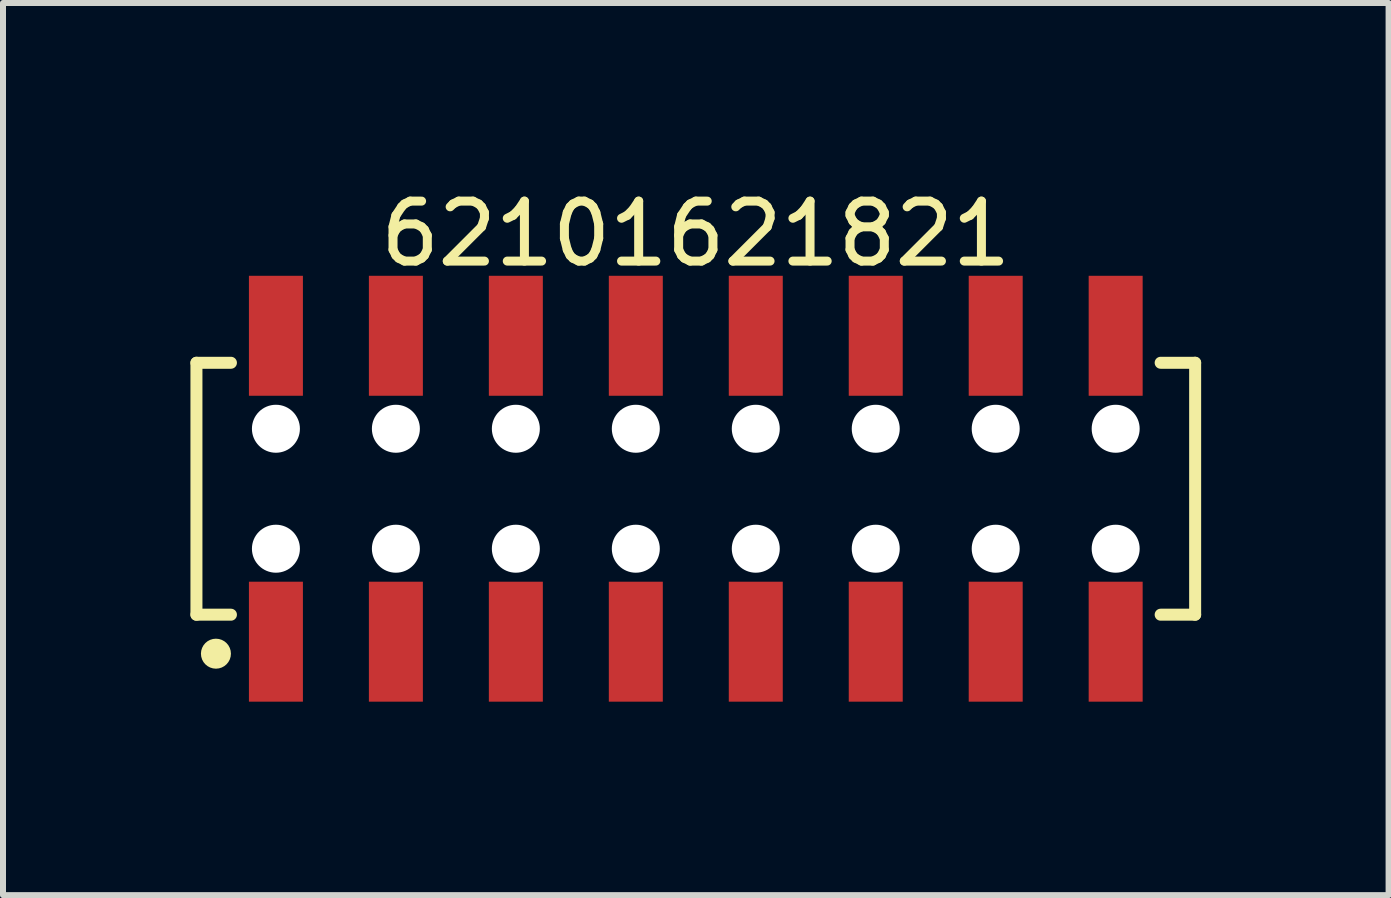
<source format=kicad_pcb>
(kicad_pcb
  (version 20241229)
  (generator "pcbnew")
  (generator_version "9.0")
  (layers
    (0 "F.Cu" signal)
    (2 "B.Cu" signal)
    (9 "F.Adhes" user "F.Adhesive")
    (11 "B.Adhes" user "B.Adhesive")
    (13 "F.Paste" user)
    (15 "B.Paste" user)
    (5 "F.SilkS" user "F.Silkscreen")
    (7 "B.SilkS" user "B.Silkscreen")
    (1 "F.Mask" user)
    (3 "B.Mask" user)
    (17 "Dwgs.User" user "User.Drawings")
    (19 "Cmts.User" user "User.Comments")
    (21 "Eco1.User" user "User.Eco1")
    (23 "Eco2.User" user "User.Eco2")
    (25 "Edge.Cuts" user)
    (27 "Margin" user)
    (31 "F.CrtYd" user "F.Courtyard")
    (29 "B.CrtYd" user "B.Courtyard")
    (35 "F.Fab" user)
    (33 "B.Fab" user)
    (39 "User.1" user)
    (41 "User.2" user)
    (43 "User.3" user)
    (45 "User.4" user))
  (footprint "62101621821"
    (layer "F.Cu")
    (at 8.55 5.098)
    (property "Reference" "62101621821" (at 0 -4.25 0) (layer "F.SilkS") (effects (font (size 1 1) (thickness 0.15))))
    (fp_line (start -8.325 -2.1) (end -7.75 -2.1) (stroke (width 0.2) (type solid)) (layer "F.SilkS"))
    (fp_line (start -8.325 2.1) (end -8.325 -2.1) (stroke (width 0.2) (type solid)) (layer "F.SilkS"))
    (fp_line (start -8.325 2.1) (end -7.75 2.1) (stroke (width 0.2) (type solid)) (layer "F.SilkS"))
    (fp_line (start 7.75 -2.1) (end 8.325 -2.1) (stroke (width 0.2) (type solid)) (layer "F.SilkS"))
    (fp_line (start 7.75 2.1) (end 8.325 2.1) (stroke (width 0.2) (type solid)) (layer "F.SilkS"))
    (fp_line (start 8.325 2.1) (end 8.325 -2.1) (stroke (width 0.2) (type solid)) (layer "F.SilkS"))
    (fp_circle (center -8 2.75) (end -8 2.625) (stroke (width 0.25) (type solid)) (fill no) (layer "F.SilkS"))
    (fp_line (start -8.525 -3.75) (end 8.525 -3.75) (stroke (width 0.05) (type solid)) (layer "Eco2.User"))
    (fp_line (start -8.525 3.75) (end -8.525 -3.75) (stroke (width 0.05) (type solid)) (layer "Eco2.User"))
    (fp_line (start -8.525 3.75) (end 8.525 3.75) (stroke (width 0.05) (type solid)) (layer "Eco2.User"))
    (fp_line (start -8.15 -2) (end 8.15 -2) (stroke (width 0.1) (type solid)) (layer "Eco2.User"))
    (fp_line (start -8.15 2) (end -8.15 -2) (stroke (width 0.1) (type solid)) (layer "Eco2.User"))
    (fp_line (start -8.15 2) (end 8.15 2) (stroke (width 0.1) (type solid)) (layer "Eco2.User"))
    (fp_line (start -7.25 -3) (end -6.75 -3) (stroke (width 0.1) (type solid)) (layer "Eco2.User"))
    (fp_line (start -7.25 -2) (end -7.25 -3) (stroke (width 0.1) (type solid)) (layer "Eco2.User"))
    (fp_line (start -7.25 3) (end -7.25 2) (stroke (width 0.1) (type solid)) (layer "Eco2.User"))
    (fp_line (start -7.25 3) (end -6.75 3) (stroke (width 0.1) (type solid)) (layer "Eco2.User"))
    (fp_line (start -6.75 -2) (end -6.75 -3) (stroke (width 0.1) (type solid)) (layer "Eco2.User"))
    (fp_line (start -6.75 3) (end -6.75 2) (stroke (width 0.1) (type solid)) (layer "Eco2.User"))
    (fp_line (start -5.25 -3) (end -4.75 -3) (stroke (width 0.1) (type solid)) (layer "Eco2.User"))
    (fp_line (start -5.25 -2) (end -5.25 -3) (stroke (width 0.1) (type solid)) (layer "Eco2.User"))
    (fp_line (start -5.25 3) (end -5.25 2) (stroke (width 0.1) (type solid)) (layer "Eco2.User"))
    (fp_line (start -5.25 3) (end -4.75 3) (stroke (width 0.1) (type solid)) (layer "Eco2.User"))
    (fp_line (start -4.75 -2) (end -4.75 -3) (stroke (width 0.1) (type solid)) (layer "Eco2.User"))
    (fp_line (start -4.75 3) (end -4.75 2) (stroke (width 0.1) (type solid)) (layer "Eco2.User"))
    (fp_line (start -3.25 -3) (end -2.75 -3) (stroke (width 0.1) (type solid)) (layer "Eco2.User"))
    (fp_line (start -3.25 -2) (end -3.25 -3) (stroke (width 0.1) (type solid)) (layer "Eco2.User"))
    (fp_line (start -3.25 3) (end -3.25 2) (stroke (width 0.1) (type solid)) (layer "Eco2.User"))
    (fp_line (start -3.25 3) (end -2.75 3) (stroke (width 0.1) (type solid)) (layer "Eco2.User"))
    (fp_line (start -2.75 -2) (end -2.75 -3) (stroke (width 0.1) (type solid)) (layer "Eco2.User"))
    (fp_line (start -2.75 3) (end -2.75 2) (stroke (width 0.1) (type solid)) (layer "Eco2.User"))
    (fp_line (start -1.25 -3) (end -0.75 -3) (stroke (width 0.1) (type solid)) (layer "Eco2.User"))
    (fp_line (start -1.25 -2) (end -1.25 -3) (stroke (width 0.1) (type solid)) (layer "Eco2.User"))
    (fp_line (start -1.25 3) (end -1.25 2) (stroke (width 0.1) (type solid)) (layer "Eco2.User"))
    (fp_line (start -1.25 3) (end -0.75 3) (stroke (width 0.1) (type solid)) (layer "Eco2.User"))
    (fp_line (start -0.75 -2) (end -0.75 -3) (stroke (width 0.1) (type solid)) (layer "Eco2.User"))
    (fp_line (start -0.75 3) (end -0.75 2) (stroke (width 0.1) (type solid)) (layer "Eco2.User"))
    (fp_line (start -0.5 0) (end 0.5 0) (stroke (width 0.05) (type solid)) (layer "Eco2.User"))
    (fp_line (start 0 0.5) (end 0 -0.5) (stroke (width 0.05) (type solid)) (layer "Eco2.User"))
    (fp_line (start 0.75 -3) (end 1.25 -3) (stroke (width 0.1) (type solid)) (layer "Eco2.User"))
    (fp_line (start 0.75 -2) (end 0.75 -3) (stroke (width 0.1) (type solid)) (layer "Eco2.User"))
    (fp_line (start 0.75 3) (end 0.75 2) (stroke (width 0.1) (type solid)) (layer "Eco2.User"))
    (fp_line (start 0.75 3) (end 1.25 3) (stroke (width 0.1) (type solid)) (layer "Eco2.User"))
    (fp_line (start 1.25 -2) (end 1.25 -3) (stroke (width 0.1) (type solid)) (layer "Eco2.User"))
    (fp_line (start 1.25 3) (end 1.25 2) (stroke (width 0.1) (type solid)) (layer "Eco2.User"))
    (fp_line (start 2.75 -3) (end 3.25 -3) (stroke (width 0.1) (type solid)) (layer "Eco2.User"))
    (fp_line (start 2.75 -2) (end 2.75 -3) (stroke (width 0.1) (type solid)) (layer "Eco2.User"))
    (fp_line (start 2.75 3) (end 2.75 2) (stroke (width 0.1) (type solid)) (layer "Eco2.User"))
    (fp_line (start 2.75 3) (end 3.25 3) (stroke (width 0.1) (type solid)) (layer "Eco2.User"))
    (fp_line (start 3.25 -2) (end 3.25 -3) (stroke (width 0.1) (type solid)) (layer "Eco2.User"))
    (fp_line (start 3.25 3) (end 3.25 2) (stroke (width 0.1) (type solid)) (layer "Eco2.User"))
    (fp_line (start 4.75 -3) (end 5.25 -3) (stroke (width 0.1) (type solid)) (layer "Eco2.User"))
    (fp_line (start 4.75 -2) (end 4.75 -3) (stroke (width 0.1) (type solid)) (layer "Eco2.User"))
    (fp_line (start 4.75 3) (end 4.75 2) (stroke (width 0.1) (type solid)) (layer "Eco2.User"))
    (fp_line (start 4.75 3) (end 5.25 3) (stroke (width 0.1) (type solid)) (layer "Eco2.User"))
    (fp_line (start 5.25 -2) (end 5.25 -3) (stroke (width 0.1) (type solid)) (layer "Eco2.User"))
    (fp_line (start 5.25 3) (end 5.25 2) (stroke (width 0.1) (type solid)) (layer "Eco2.User"))
    (fp_line (start 6.75 -3) (end 7.25 -3) (stroke (width 0.1) (type solid)) (layer "Eco2.User"))
    (fp_line (start 6.75 -2) (end 6.75 -3) (stroke (width 0.1) (type solid)) (layer "Eco2.User"))
    (fp_line (start 6.75 3) (end 6.75 2) (stroke (width 0.1) (type solid)) (layer "Eco2.User"))
    (fp_line (start 6.75 3) (end 7.25 3) (stroke (width 0.1) (type solid)) (layer "Eco2.User"))
    (fp_line (start 7.25 -2) (end 7.25 -3) (stroke (width 0.1) (type solid)) (layer "Eco2.User"))
    (fp_line (start 7.25 3) (end 7.25 2) (stroke (width 0.1) (type solid)) (layer "Eco2.User"))
    (fp_line (start 8.15 2) (end 8.15 -2) (stroke (width 0.1) (type solid)) (layer "Eco2.User"))
    (fp_line (start 8.525 3.75) (end 8.525 -3.75) (stroke (width 0.05) (type solid)) (layer "Eco2.User"))
    (fp_text user "${REFERENCE}" (at 0.1 -0.131 0) (unlocked yes) (layer "User.3") (effects (font (size 1 1) (thickness 0.1))))
    (pad "" np_thru_hole circle (at -7 -1) (size 0.8 0.8) (drill 0.8) (layers "*.Cu" "*.Mask"))
    (pad "" np_thru_hole circle (at -7 1) (size 0.8 0.8) (drill 0.8) (layers "*.Cu" "*.Mask"))
    (pad "" np_thru_hole circle (at -5 -1) (size 0.8 0.8) (drill 0.8) (layers "*.Cu" "*.Mask"))
    (pad "" np_thru_hole circle (at -5 1) (size 0.8 0.8) (drill 0.8) (layers "*.Cu" "*.Mask"))
    (pad "" np_thru_hole circle (at -3 -1) (size 0.8 0.8) (drill 0.8) (layers "*.Cu" "*.Mask"))
    (pad "" np_thru_hole circle (at -3 1) (size 0.8 0.8) (drill 0.8) (layers "*.Cu" "*.Mask"))
    (pad "" np_thru_hole circle (at -1 -1) (size 0.8 0.8) (drill 0.8) (layers "*.Cu" "*.Mask"))
    (pad "" np_thru_hole circle (at -1 1) (size 0.8 0.8) (drill 0.8) (layers "*.Cu" "*.Mask"))
    (pad "" np_thru_hole circle (at 1 -1) (size 0.8 0.8) (drill 0.8) (layers "*.Cu" "*.Mask"))
    (pad "" np_thru_hole circle (at 1 1) (size 0.8 0.8) (drill 0.8) (layers "*.Cu" "*.Mask"))
    (pad "" np_thru_hole circle (at 3 -1) (size 0.8 0.8) (drill 0.8) (layers "*.Cu" "*.Mask"))
    (pad "" np_thru_hole circle (at 3 1) (size 0.8 0.8) (drill 0.8) (layers "*.Cu" "*.Mask"))
    (pad "" np_thru_hole circle (at 5 -1) (size 0.8 0.8) (drill 0.8) (layers "*.Cu" "*.Mask"))
    (pad "" np_thru_hole circle (at 5 1) (size 0.8 0.8) (drill 0.8) (layers "*.Cu" "*.Mask"))
    (pad "" np_thru_hole circle (at 7 -1) (size 0.8 0.8) (drill 0.8) (layers "*.Cu" "*.Mask"))
    (pad "" np_thru_hole circle (at 7 1) (size 0.8 0.8) (drill 0.8) (layers "*.Cu" "*.Mask"))
    (pad "1" smd rect (at -7 2.55) (size 0.9 2) (layers "F.Cu" "F.Mask" "F.Paste"))
    (pad "2" smd rect (at -7 -2.55) (size 0.9 2) (layers "F.Cu" "F.Mask" "F.Paste"))
    (pad "3" smd rect (at -5 2.55) (size 0.9 2) (layers "F.Cu" "F.Mask" "F.Paste"))
    (pad "4" smd rect (at -5 -2.55) (size 0.9 2) (layers "F.Cu" "F.Mask" "F.Paste"))
    (pad "5" smd rect (at -3 2.55) (size 0.9 2) (layers "F.Cu" "F.Mask" "F.Paste"))
    (pad "6" smd rect (at -3 -2.55) (size 0.9 2) (layers "F.Cu" "F.Mask" "F.Paste"))
    (pad "7" smd rect (at -1 2.55) (size 0.9 2) (layers "F.Cu" "F.Mask" "F.Paste"))
    (pad "8" smd rect (at -1 -2.55) (size 0.9 2) (layers "F.Cu" "F.Mask" "F.Paste"))
    (pad "9" smd rect (at 1 2.55) (size 0.9 2) (layers "F.Cu" "F.Mask" "F.Paste"))
    (pad "10" smd rect (at 1 -2.55) (size 0.9 2) (layers "F.Cu" "F.Mask" "F.Paste"))
    (pad "11" smd rect (at 3 2.55) (size 0.9 2) (layers "F.Cu" "F.Mask" "F.Paste"))
    (pad "12" smd rect (at 3 -2.55) (size 0.9 2) (layers "F.Cu" "F.Mask" "F.Paste"))
    (pad "13" smd rect (at 5 2.55) (size 0.9 2) (layers "F.Cu" "F.Mask" "F.Paste"))
    (pad "14" smd rect (at 5 -2.55) (size 0.9 2) (layers "F.Cu" "F.Mask" "F.Paste"))
    (pad "15" smd rect (at 7 2.55) (size 0.9 2) (layers "F.Cu" "F.Mask" "F.Paste"))
    (pad "16" smd rect (at 7 -2.55) (size 0.9 2) (layers "F.Cu" "F.Mask" "F.Paste")))
  (gr_rect
    (start -3 -3)
    (end 20.1 11.873)
    (stroke (width 0.1) (type default))
    (fill no)
    (layer "Edge.Cuts")))
</source>
